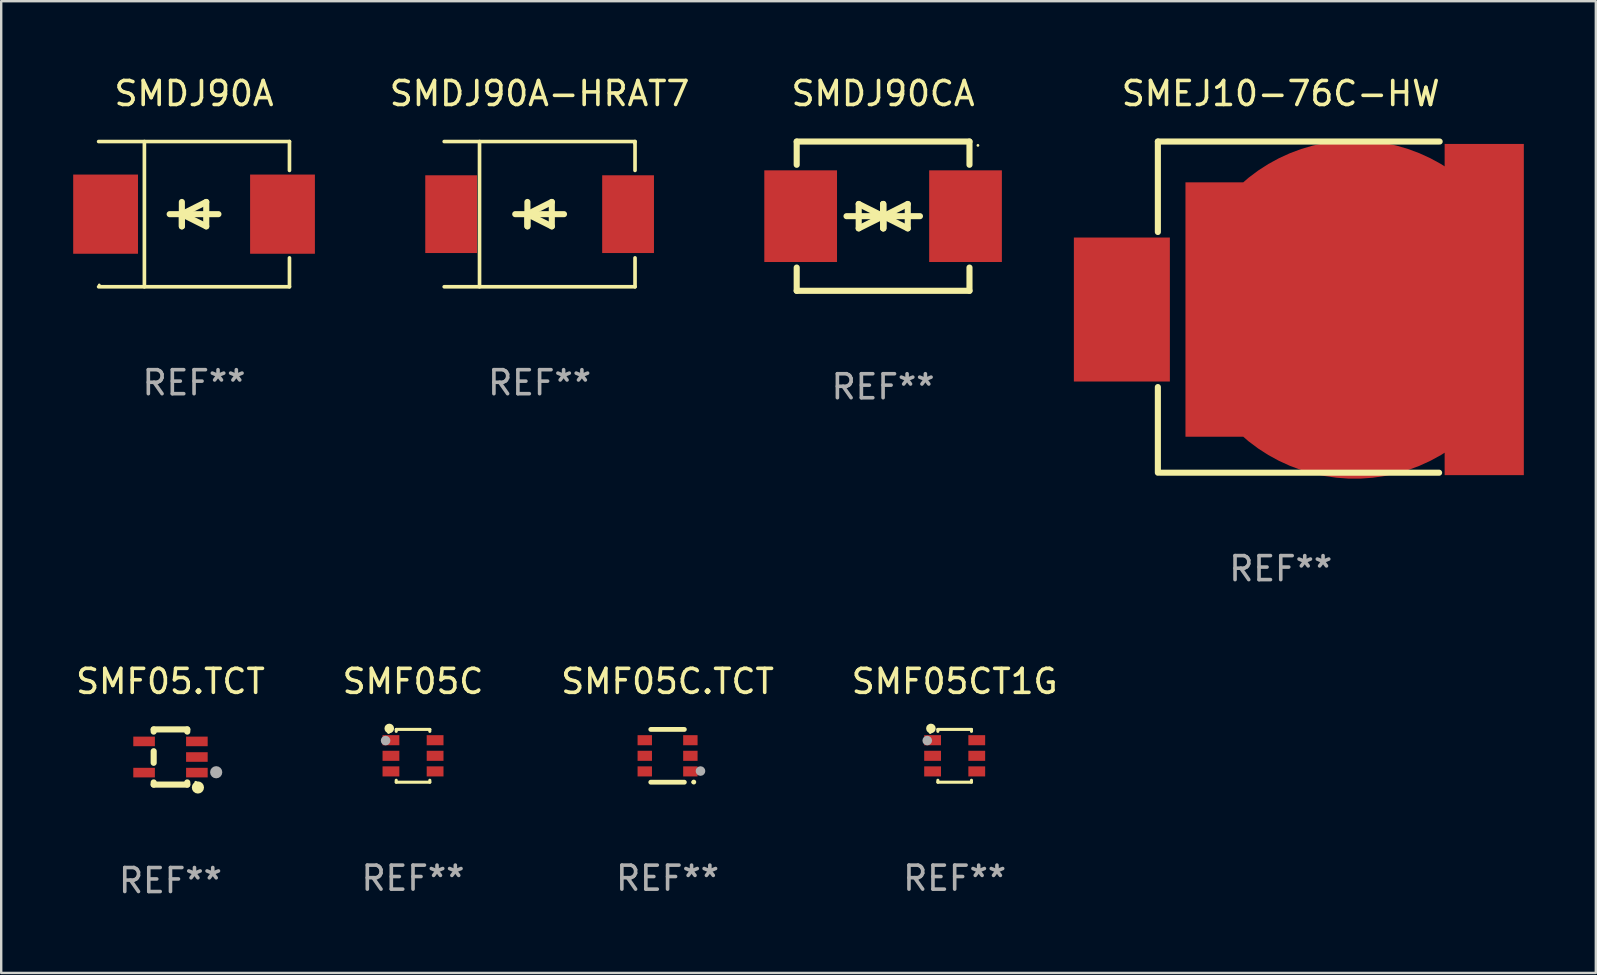
<source format=kicad_pcb>
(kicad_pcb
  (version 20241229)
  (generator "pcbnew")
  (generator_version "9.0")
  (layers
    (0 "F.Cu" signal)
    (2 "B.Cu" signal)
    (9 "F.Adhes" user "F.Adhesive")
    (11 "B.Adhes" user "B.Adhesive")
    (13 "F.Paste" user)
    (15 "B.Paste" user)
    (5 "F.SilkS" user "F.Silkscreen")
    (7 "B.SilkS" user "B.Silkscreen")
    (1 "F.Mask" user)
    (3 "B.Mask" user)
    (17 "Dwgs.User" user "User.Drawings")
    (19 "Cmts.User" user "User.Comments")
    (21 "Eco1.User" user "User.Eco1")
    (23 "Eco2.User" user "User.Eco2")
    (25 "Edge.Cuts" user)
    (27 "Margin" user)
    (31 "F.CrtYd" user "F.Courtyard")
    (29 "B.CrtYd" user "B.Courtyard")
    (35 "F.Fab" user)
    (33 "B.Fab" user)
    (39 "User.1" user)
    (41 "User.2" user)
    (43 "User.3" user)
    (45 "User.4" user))
  (footprint "SMDJ90CA"
    (layer "F.Cu")
    (at 33.749 5.958)
    (property "Reference" "SMDJ90CA" (at 0 -5.11 0) (layer "F.SilkS") (effects (font (size 1 1) (thickness 0.15))))
    (attr through_hole)
    (fp_line (start -3.6 -2.141) (end -3.6 -3.11) (stroke (width 0.254) (type solid)) (layer "F.SilkS"))
    (fp_line (start -3.6 3.11) (end -3.6 2.141) (stroke (width 0.254) (type solid)) (layer "F.SilkS"))
    (fp_line (start -1.524 0) (end 0.508 0) (stroke (width 0.254) (type solid)) (layer "F.SilkS"))
    (fp_line (start -1.016 -0.508) (end -1.016 0.508) (stroke (width 0.254) (type solid)) (layer "F.SilkS"))
    (fp_line (start -1.016 0.508) (end 0 0) (stroke (width 0.254) (type solid)) (layer "F.SilkS"))
    (fp_line (start 0 -0.508) (end 0 0.508) (stroke (width 0.254) (type solid)) (layer "F.SilkS"))
    (fp_line (start 0 0) (end -1.016 -0.508) (stroke (width 0.254) (type solid)) (layer "F.SilkS"))
    (fp_line (start 0 0) (end 0 -0.508) (stroke (width 0.254) (type solid)) (layer "F.SilkS"))
    (fp_line (start 0.012 0) (end 0.012 0.508) (stroke (width 0.254) (type solid)) (layer "F.SilkS"))
    (fp_line (start 0.012 0) (end 1.028 0.508) (stroke (width 0.254) (type solid)) (layer "F.SilkS"))
    (fp_line (start 0.012 0.508) (end 0.012 -0.508) (stroke (width 0.254) (type solid)) (layer "F.SilkS"))
    (fp_line (start 1.028 -0.508) (end 0.012 0) (stroke (width 0.254) (type solid)) (layer "F.SilkS"))
    (fp_line (start 1.028 0.508) (end 1.028 -0.508) (stroke (width 0.254) (type solid)) (layer "F.SilkS"))
    (fp_line (start 1.536 0) (end -0.496 0) (stroke (width 0.254) (type solid)) (layer "F.SilkS"))
    (fp_line (start 3.6 -3.11) (end -3.6 -3.11) (stroke (width 0.254) (type solid)) (layer "F.SilkS"))
    (fp_line (start 3.6 -2.141) (end 3.6 -3.11) (stroke (width 0.254) (type solid)) (layer "F.SilkS"))
    (fp_line (start 3.6 3.11) (end -3.6 3.11) (stroke (width 0.254) (type solid)) (layer "F.SilkS"))
    (fp_line (start 3.6 3.11) (end 3.6 2.141) (stroke (width 0.254) (type solid)) (layer "F.SilkS"))
    (fp_circle (center 3.952 -2.95) (end 3.982 -2.95) (stroke (width 0.06) (type solid)) (fill no) (layer "F.SilkS"))
    (fp_text user "REF**" (at 0 7.11 0) (layer "F.Fab") (effects (font (size 1 1) (thickness 0.15))))
    (pad "1" smd rect (at 3.435 0) (size 3.03 3.82) (layers "F.Cu" "F.Mask" "F.Paste"))
    (pad "2" smd rect (at -3.435 0) (size 3.03 3.82) (layers "F.Cu" "F.Mask" "F.Paste")))
  (footprint "SMF05.TCT"
    (layer "F.Cu")
    (at 4.054 28.495)
    (property "Reference" "SMF05.TCT" (at 0 -3.15 0) (layer "F.SilkS") (effects (font (size 1 1) (thickness 0.15))))
    (attr through_hole)
    (fp_line (start -0.7 -1.15) (end 0.7 -1.15) (stroke (width 0.254) (type solid)) (layer "F.SilkS"))
    (fp_line (start -0.7 -1.058) (end -0.7 -1.15) (stroke (width 0.254) (type solid)) (layer "F.SilkS"))
    (fp_line (start -0.7 0.242) (end -0.7 -0.242) (stroke (width 0.254) (type solid)) (layer "F.SilkS"))
    (fp_line (start -0.7 1.15) (end -0.7 1.058) (stroke (width 0.254) (type solid)) (layer "F.SilkS"))
    (fp_line (start -0.7 1.15) (end 0.7 1.15) (stroke (width 0.254) (type solid)) (layer "F.SilkS"))
    (fp_line (start 0.7 -1.058) (end 0.7 -1.15) (stroke (width 0.254) (type solid)) (layer "F.SilkS"))
    (fp_line (start 0.7 1.15) (end 0.7 1.058) (stroke (width 0.254) (type solid)) (layer "F.SilkS"))
    (fp_circle (center 1.053 1.052) (end 1.083 1.052) (stroke (width 0.06) (type solid)) (fill no) (layer "F.SilkS"))
    (fp_circle (center 1.143 1.27) (end 1.27 1.27) (stroke (width 0.254) (type solid)) (fill no) (layer "F.SilkS"))
    (fp_circle (center 1.905 0.635) (end 2.032 0.635) (stroke (width 0.254) (type solid)) (fill no) (layer "F.Fab"))
    (fp_text user "REF**" (at 0 5.15 0) (layer "F.Fab") (effects (font (size 1 1) (thickness 0.15))))
    (pad "1" smd rect (at 1.1 0.65 90) (size 0.4 0.9) (layers "F.Cu" "F.Mask" "F.Paste"))
    (pad "2" smd rect (at 1.1 0.000076 90) (size 0.4 0.9) (layers "F.Cu" "F.Mask" "F.Paste"))
    (pad "3" smd rect (at 1.1 -0.65 90) (size 0.4 0.9) (layers "F.Cu" "F.Mask" "F.Paste"))
    (pad "4" smd rect (at -1.1 -0.65 90) (size 0.4 0.9) (layers "F.Cu" "F.Mask" "F.Paste"))
    (pad "5" smd rect (at -1.1 0.65 90) (size 0.4 0.9) (layers "F.Cu" "F.Mask" "F.Paste")))
  (footprint "SMDJ90A-HRAT7"
    (layer "F.Cu")
    (at 19.436 5.874)
    (property "Reference" "SMDJ90A-HRAT7" (at 0 -5.026 0) (layer "F.SilkS") (effects (font (size 1 1) (thickness 0.15))))
    (attr through_hole)
    (fp_line (start -3.976 -3.026) (end 3.976 -3.026) (stroke (width 0.152) (type solid)) (layer "F.SilkS"))
    (fp_line (start -3.976 3.026) (end 3.976 3.026) (stroke (width 0.152) (type solid)) (layer "F.SilkS"))
    (fp_line (start -2.504 -3.026) (end -2.504 3.026) (stroke (width 0.152) (type solid)) (layer "F.SilkS"))
    (fp_line (start -0.508 0) (end -0.508 0.508) (stroke (width 0.254) (type solid)) (layer "F.SilkS"))
    (fp_line (start -0.508 0) (end 0.508 0.508) (stroke (width 0.254) (type solid)) (layer "F.SilkS"))
    (fp_line (start -0.508 0.508) (end -0.508 -0.508) (stroke (width 0.254) (type solid)) (layer "F.SilkS"))
    (fp_line (start 0.508 -0.508) (end -0.508 0) (stroke (width 0.254) (type solid)) (layer "F.SilkS"))
    (fp_line (start 0.508 0.508) (end 0.508 -0.508) (stroke (width 0.254) (type solid)) (layer "F.SilkS"))
    (fp_line (start 1.016 0) (end -1.016 0) (stroke (width 0.254) (type solid)) (layer "F.SilkS"))
    (fp_line (start 3.976 -3.026) (end 3.976 -1.823) (stroke (width 0.152) (type solid)) (layer "F.SilkS"))
    (fp_line (start 3.976 3.026) (end 3.976 1.823) (stroke (width 0.152) (type solid)) (layer "F.SilkS"))
    (fp_circle (center 3.95 -2.95) (end 3.98 -2.95) (stroke (width 0.06) (type solid)) (fill no) (layer "F.SilkS"))
    (fp_text user "REF**" (at 0 7.026 0) (layer "F.Fab") (effects (font (size 1 1) (thickness 0.15))))
    (pad "1" smd rect (at 3.686 0 180) (size 2.158 3.24) (layers "F.Cu" "F.Mask" "F.Paste"))
    (pad "2" smd rect (at -3.686 0 180) (size 2.158 3.24) (layers "F.Cu" "F.Mask" "F.Paste")))
  (footprint "SMF05C.TCT"
    (layer "F.Cu")
    (at 24.768 28.445)
    (property "Reference" "SMF05C.TCT" (at 0 -3.1 0) (layer "F.SilkS") (effects (font (size 1 1) (thickness 0.15))))
    (attr through_hole)
    (fp_line (start -0.7 -1.1) (end 0.7 -1.1) (stroke (width 0.2) (type solid)) (layer "F.SilkS"))
    (fp_line (start -0.7 1.1) (end 0.7 1.1) (stroke (width 0.2) (type solid)) (layer "F.SilkS"))
    (fp_arc (start 1.090932 1.094209) (mid 1.092202 1.094203) (end 1.093472 1.094209) (stroke (width 0.2) (type solid)) (layer "F.SilkS"))
    (fp_circle (center 1.053 1.1) (end 1.083 1.1) (stroke (width 0.06) (type solid)) (fill no) (layer "F.SilkS"))
    (fp_circle (center 1.372 0.635) (end 1.472 0.635) (stroke (width 0.2) (type solid)) (fill no) (layer "F.Fab"))
    (fp_text user "REF**" (at 0 5.1 0) (layer "F.Fab") (effects (font (size 1 1) (thickness 0.15))))
    (pad "1" smd rect (at 0.95 0.65 90) (size 0.42 0.6) (layers "F.Cu" "F.Mask" "F.Paste"))
    (pad "2" smd rect (at 0.95 0 90) (size 0.42 0.6) (layers "F.Cu" "F.Mask" "F.Paste"))
    (pad "3" smd rect (at 0.95 -0.65 90) (size 0.42 0.6) (layers "F.Cu" "F.Mask" "F.Paste"))
    (pad "4" smd rect (at -0.95 -0.65 270) (size 0.42 0.6) (layers "F.Cu" "F.Mask" "F.Paste"))
    (pad "5" smd rect (at -0.95 0 270) (size 0.42 0.6) (layers "F.Cu" "F.Mask" "F.Paste"))
    (pad "6" smd rect (at -0.95 0.65 270) (size 0.42 0.6) (layers "F.Cu" "F.Mask" "F.Paste")))
  (footprint "SMF05CT1G"
    (layer "F.Cu")
    (at 36.732 28.445)
    (property "Reference" "SMF05CT1G" (at 0 -3.1 0) (layer "F.SilkS") (effects (font (size 1 1) (thickness 0.15))))
    (attr through_hole)
    (fp_line (start -0.7 -1.1) (end -0.7 -1.018) (stroke (width 0.127) (type solid)) (layer "F.SilkS"))
    (fp_line (start -0.7 -1.1) (end 0.7 -1.1) (stroke (width 0.127) (type solid)) (layer "F.SilkS"))
    (fp_line (start -0.7 1.018) (end -0.7 1.1) (stroke (width 0.127) (type solid)) (layer "F.SilkS"))
    (fp_line (start -0.7 1.1) (end 0.7 1.1) (stroke (width 0.127) (type solid)) (layer "F.SilkS"))
    (fp_line (start 0.7 -1.1) (end 0.7 -1.018) (stroke (width 0.127) (type solid)) (layer "F.SilkS"))
    (fp_line (start 0.7 1.018) (end 0.7 1.1) (stroke (width 0.127) (type solid)) (layer "F.SilkS"))
    (fp_circle (center -1.02 -0.97) (end -0.99 -0.97) (stroke (width 0.06) (type solid)) (fill no) (layer "F.SilkS"))
    (fp_circle (center -0.99 -1.14) (end -0.89 -1.14) (stroke (width 0.2) (type solid)) (fill no) (layer "F.SilkS"))
    (fp_circle (center -1.143 -0.635) (end -1.043 -0.635) (stroke (width 0.2) (type solid)) (fill no) (layer "F.Fab"))
    (fp_text user "REF**" (at 0 5.1 0) (layer "F.Fab") (effects (font (size 1 1) (thickness 0.15))))
    (pad "1" smd rect (at -0.92 -0.65) (size 0.7 0.42) (layers "F.Cu" "F.Mask" "F.Paste"))
    (pad "2" smd rect (at -0.92 0.000127) (size 0.7 0.42) (layers "F.Cu" "F.Mask" "F.Paste"))
    (pad "3" smd rect (at -0.92 0.65) (size 0.7 0.42) (layers "F.Cu" "F.Mask" "F.Paste"))
    (pad "4" smd rect (at 0.92 0.65) (size 0.7 0.42) (layers "F.Cu" "F.Mask" "F.Paste"))
    (pad "5" smd rect (at 0.92 0.000127) (size 0.7 0.42) (layers "F.Cu" "F.Mask" "F.Paste"))
    (pad "6" smd rect (at 0.92 -0.65) (size 0.7 0.42) (layers "F.Cu" "F.Mask" "F.Paste")))
  (footprint "SMEJ10-76C-HW"
    (layer "F.Cu")
    (at 50.32 9.748)
    (property "Reference" "SMEJ10-76C-HW" (at 0 -8.9 0) (layer "F.SilkS") (effects (font (size 1 1) (thickness 0.15))))
    (attr through_hole)
    (fp_line (start -5.121 -6.9) (end -5.121 -3.131) (stroke (width 0.254) (type solid)) (layer "F.SilkS"))
    (fp_line (start -5.121 -6.9) (end 6.621 -6.9) (stroke (width 0.254) (type solid)) (layer "F.SilkS"))
    (fp_line (start -5.121 3.331) (end -5.121 6.9) (stroke (width 0.254) (type solid)) (layer "F.SilkS"))
    (fp_line (start -5.015 6.9) (end 6.598 6.9) (stroke (width 0.254) (type solid)) (layer "F.SilkS"))
    (fp_text user "REF**" (at 0 10.9 0) (layer "F.Fab") (effects (font (size 1 1) (thickness 0.15))))
    (pad "1" smd rect (at -6.621 0.1) (size 4 6) (layers "F.Cu" "F.Mask" "F.Paste"))
    (pad "2" smd custom (at 3.079 0.1) (size 14.1 13.8) (layers "F.Cu" "F.Mask" "F.Paste") (options (anchor circle)) (primitives (gr_poly (pts (xy -7.05 -5.3) (xy 3.75 -5.3) (xy 3.75 -6.9) (xy 7.05 -6.9) (xy 7.05 6.9) (xy 3.75 6.9) (xy 3.75 5.3) (xy -7.05 5.3)) (width 0) (fill yes)))))
  (footprint "SMDJ90A"
    (layer "F.Cu")
    (at 5.036 5.874)
    (property "Reference" "SMDJ90A" (at 0 -5.026 0) (layer "F.SilkS") (effects (font (size 1 1) (thickness 0.15))))
    (attr through_hole)
    (fp_line (start -3.976 -3.026) (end 3.976 -3.026) (stroke (width 0.152) (type solid)) (layer "F.SilkS"))
    (fp_line (start -3.976 3.026) (end 3.976 3.026) (stroke (width 0.152) (type solid)) (layer "F.SilkS"))
    (fp_line (start -2.069 -3.026) (end -2.069 3.026) (stroke (width 0.152) (type solid)) (layer "F.SilkS"))
    (fp_line (start -0.508 0) (end -0.508 0.508) (stroke (width 0.254) (type solid)) (layer "F.SilkS"))
    (fp_line (start -0.508 0) (end 0.508 0.508) (stroke (width 0.254) (type solid)) (layer "F.SilkS"))
    (fp_line (start -0.508 0.508) (end -0.508 -0.508) (stroke (width 0.254) (type solid)) (layer "F.SilkS"))
    (fp_line (start 0.508 -0.508) (end -0.508 0) (stroke (width 0.254) (type solid)) (layer "F.SilkS"))
    (fp_line (start 0.508 0.508) (end 0.508 -0.508) (stroke (width 0.254) (type solid)) (layer "F.SilkS"))
    (fp_line (start 1.016 0) (end -1.016 0) (stroke (width 0.254) (type solid)) (layer "F.SilkS"))
    (fp_line (start 3.976 -3.026) (end 3.976 -1.823) (stroke (width 0.152) (type solid)) (layer "F.SilkS"))
    (fp_line (start 3.976 3.026) (end 3.976 1.823) (stroke (width 0.152) (type solid)) (layer "F.SilkS"))
    (fp_circle (center -3.95 2.95) (end -3.92 2.95) (stroke (width 0.06) (type solid)) (fill no) (layer "F.SilkS"))
    (fp_text user "REF**" (at 0 7.026 0) (layer "F.Fab") (effects (font (size 1 1) (thickness 0.15))))
    (pad "1" smd rect (at -3.686 0) (size 2.7 3.3) (layers "F.Cu" "F.Mask" "F.Paste"))
    (pad "2" smd rect (at 3.686 0) (size 2.7 3.3) (layers "F.Cu" "F.Mask" "F.Paste")))
  (footprint "SMF05C"
    (layer "F.Cu")
    (at 14.161 28.445)
    (property "Reference" "SMF05C" (at 0 -3.1 0) (layer "F.SilkS") (effects (font (size 1 1) (thickness 0.15))))
    (attr through_hole)
    (fp_line (start -0.7 -1.1) (end -0.7 -1.018) (stroke (width 0.127) (type solid)) (layer "F.SilkS"))
    (fp_line (start -0.7 -1.1) (end 0.7 -1.1) (stroke (width 0.127) (type solid)) (layer "F.SilkS"))
    (fp_line (start -0.7 1.018) (end -0.7 1.1) (stroke (width 0.127) (type solid)) (layer "F.SilkS"))
    (fp_line (start -0.7 1.1) (end 0.7 1.1) (stroke (width 0.127) (type solid)) (layer "F.SilkS"))
    (fp_line (start 0.7 -1.1) (end 0.7 -1.018) (stroke (width 0.127) (type solid)) (layer "F.SilkS"))
    (fp_line (start 0.7 1.018) (end 0.7 1.1) (stroke (width 0.127) (type solid)) (layer "F.SilkS"))
    (fp_circle (center -1.02 -0.97) (end -0.99 -0.97) (stroke (width 0.06) (type solid)) (fill no) (layer "F.SilkS"))
    (fp_circle (center -0.99 -1.14) (end -0.89 -1.14) (stroke (width 0.2) (type solid)) (fill no) (layer "F.SilkS"))
    (fp_circle (center -1.143 -0.635) (end -1.043 -0.635) (stroke (width 0.2) (type solid)) (fill no) (layer "F.Fab"))
    (fp_text user "REF**" (at 0 5.1 0) (layer "F.Fab") (effects (font (size 1 1) (thickness 0.15))))
    (pad "1" smd rect (at -0.92 -0.65) (size 0.7 0.42) (layers "F.Cu" "F.Mask" "F.Paste"))
    (pad "2" smd rect (at -0.92 0.000127) (size 0.7 0.42) (layers "F.Cu" "F.Mask" "F.Paste"))
    (pad "3" smd rect (at -0.92 0.65) (size 0.7 0.42) (layers "F.Cu" "F.Mask" "F.Paste"))
    (pad "4" smd rect (at 0.92 0.65) (size 0.7 0.42) (layers "F.Cu" "F.Mask" "F.Paste"))
    (pad "5" smd rect (at 0.92 0.000127) (size 0.7 0.42) (layers "F.Cu" "F.Mask" "F.Paste"))
    (pad "6" smd rect (at 0.92 -0.65) (size 0.7 0.42) (layers "F.Cu" "F.Mask" "F.Paste")))
  (gr_rect
    (start -3 -3)
    (end 63.449 37.493)
    (stroke (width 0.1) (type default))
    (fill no)
    (layer "Edge.Cuts")))
</source>
